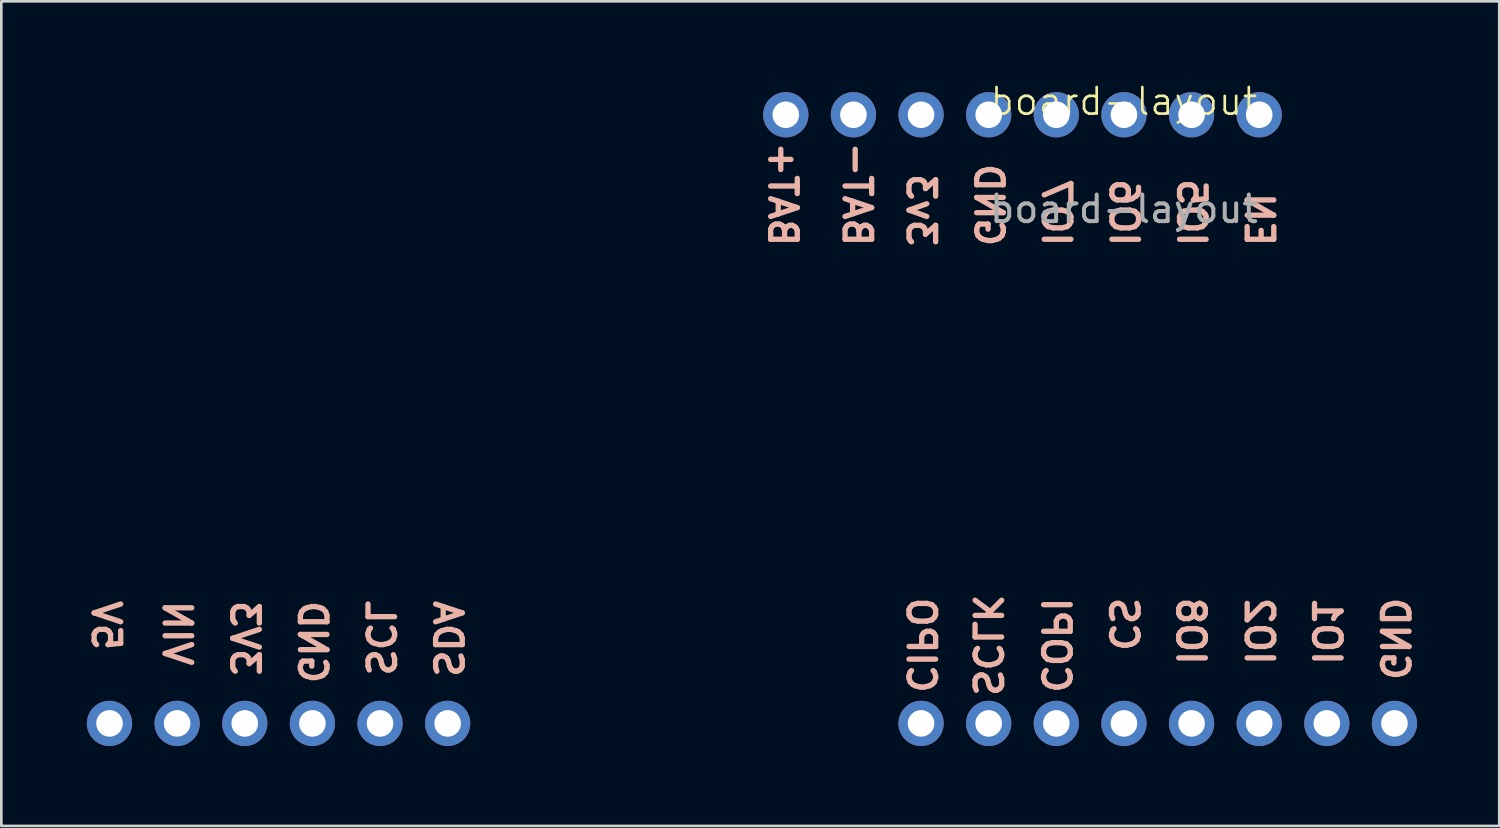
<source format=kicad_pcb>
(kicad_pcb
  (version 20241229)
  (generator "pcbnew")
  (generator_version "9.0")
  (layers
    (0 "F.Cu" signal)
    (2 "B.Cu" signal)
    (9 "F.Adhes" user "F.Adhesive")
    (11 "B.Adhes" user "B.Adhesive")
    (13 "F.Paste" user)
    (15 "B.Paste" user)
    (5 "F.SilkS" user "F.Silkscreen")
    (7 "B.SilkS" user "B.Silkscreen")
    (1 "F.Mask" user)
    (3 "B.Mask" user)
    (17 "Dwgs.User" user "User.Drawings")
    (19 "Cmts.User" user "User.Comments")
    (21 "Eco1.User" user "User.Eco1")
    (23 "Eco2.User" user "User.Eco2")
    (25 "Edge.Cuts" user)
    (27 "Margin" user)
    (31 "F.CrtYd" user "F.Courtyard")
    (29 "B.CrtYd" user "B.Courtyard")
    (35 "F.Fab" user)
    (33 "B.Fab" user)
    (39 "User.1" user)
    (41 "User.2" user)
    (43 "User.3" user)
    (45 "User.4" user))
  (footprint "board-layout"
    (layer "F.Cu")
    (at 36.623 1.26)
    (property "Reference" "board-layout" (at 2.54 -0.5 0) (unlocked yes) (layer "F.SilkS") (effects (font (size 1 1) (thickness 0.1))))
    (attr exclude_from_bom)
    (fp_text user "VIN" (at -33.02 19.471 270) (unlocked yes) (layer "B.SilkS") (effects (font (size 1 1) (thickness 0.2) (bold yes)) (justify mirror)))
    (fp_text user "EN" (at 7.62 3.938 270) (unlocked yes) (layer "B.SilkS") (effects (font (size 1 1) (thickness 0.2) (bold yes)) (justify mirror)))
    (fp_text user "BAT+" (at -10.862 2.986 270) (unlocked yes) (layer "B.SilkS") (effects (font (size 1 1) (thickness 0.2) (bold yes)) (justify bottom mirror)))
    (fp_text user "BAT-" (at -8.068 2.986 270) (unlocked yes) (layer "B.SilkS") (effects (font (size 1 1) (thickness 0.2) (bold yes)) (justify bottom mirror)))
    (fp_text user "IO5" (at 5.08 3.676 270) (unlocked yes) (layer "B.SilkS") (effects (font (size 1 1) (thickness 0.2) (bold yes)) (justify mirror)))
    (fp_text user "3v3" (at -5.08 3.581 270) (unlocked yes) (layer "B.SilkS") (effects (font (size 1 1) (thickness 0.2) (bold yes)) (justify mirror)))
    (fp_text user "3V3" (at -30.48 19.661 270) (unlocked yes) (layer "B.SilkS") (effects (font (size 1 1) (thickness 0.2) (bold yes)) (justify mirror)))
    (fp_text user "GND" (at -27.94 19.804 270) (unlocked yes) (layer "B.SilkS") (effects (font (size 1 1) (thickness 0.2) (bold yes)) (justify mirror)))
    (fp_text user "SDA" (at -22.86 19.685 270) (unlocked yes) (layer "B.SilkS") (effects (font (size 1 1) (thickness 0.2) (bold yes)) (justify mirror)))
    (fp_text user "SCLK" (at -2.6 19.923 270) (unlocked yes) (layer "B.SilkS") (effects (font (size 1 1) (thickness 0.2) (bold yes)) (justify mirror)))
    (fp_text user "CS" (at 2.525 19.137 270) (unlocked yes) (layer "B.SilkS") (effects (font (size 1 1) (thickness 0.2) (bold yes)) (justify mirror)))
    (fp_text user "CIPO" (at -5.08 19.923 270) (unlocked yes) (layer "B.SilkS") (effects (font (size 1 1) (thickness 0.2) (bold yes)) (justify mirror)))
    (fp_text user "IO7" (at 0 3.676 270) (unlocked yes) (layer "B.SilkS") (effects (font (size 1 1) (thickness 0.2) (bold yes)) (justify mirror)))
    (fp_text user "IO6" (at 2.54 3.676 270) (unlocked yes) (layer "B.SilkS") (effects (font (size 1 1) (thickness 0.2) (bold yes)) (justify mirror)))
    (fp_text user "5V" (at -35.687 19.185 270) (unlocked yes) (layer "B.SilkS") (effects (font (size 1 1) (thickness 0.2) (bold yes)) (justify mirror)))
    (fp_text user "IO1" (at 10.15 19.399 270) (unlocked yes) (layer "B.SilkS") (effects (font (size 1 1) (thickness 0.2) (bold yes)) (justify mirror)))
    (fp_text user "COPI" (at -0.025 19.923 270) (unlocked yes) (layer "B.SilkS") (effects (font (size 1 1) (thickness 0.2) (bold yes)) (justify mirror)))
    (fp_text user "IO2" (at 7.62 19.399 270) (unlocked yes) (layer "B.SilkS") (effects (font (size 1 1) (thickness 0.2) (bold yes)) (justify mirror)))
    (fp_text user "IO8" (at 5.05 19.399 270) (unlocked yes) (layer "B.SilkS") (effects (font (size 1 1) (thickness 0.2) (bold yes)) (justify mirror)))
    (fp_text user "GND" (at 12.7 19.685 270) (unlocked yes) (layer "B.SilkS") (effects (font (size 1 1) (thickness 0.2) (bold yes)) (justify mirror)))
    (fp_text user "SCL" (at -25.4 19.661 270) (unlocked yes) (layer "B.SilkS") (effects (font (size 1 1) (thickness 0.2) (bold yes)) (justify mirror)))
    (fp_text user "GND" (at -2.54 3.391 270) (unlocked yes) (layer "B.SilkS") (effects (font (size 1 1) (thickness 0.2) (bold yes)) (justify mirror)))
    (fp_text user "${REFERENCE}" (at 2.54 3.541 0) (unlocked yes) (layer "F.Fab") (effects (font (size 1 1) (thickness 0.15))))
    (pad "1.1" thru_hole oval (at -10.16 0) (size 1.7 1.7) (drill 1) (layers "*.Cu" "*.Mask"))
    (pad "1.2" thru_hole oval (at -7.62 0) (size 1.7 1.7) (drill 1) (layers "*.Cu" "*.Mask"))
    (pad "1.3" thru_hole oval (at -5.08 0) (size 1.7 1.7) (drill 1) (layers "*.Cu" "*.Mask"))
    (pad "1.4" thru_hole oval (at -2.54 0) (size 1.7 1.7) (drill 1) (layers "*.Cu" "*.Mask"))
    (pad "1.5" thru_hole oval (at 0 0) (size 1.7 1.7) (drill 1) (layers "*.Cu" "*.Mask"))
    (pad "1.6" thru_hole oval (at 2.54 0) (size 1.7 1.7) (drill 1) (layers "*.Cu" "*.Mask"))
    (pad "1.7" thru_hole oval (at 5.08 0) (size 1.7 1.7) (drill 1) (layers "*.Cu" "*.Mask"))
    (pad "1.8" thru_hole oval (at 7.62 0) (size 1.7 1.7) (drill 1) (layers "*.Cu" "*.Mask"))
    (pad "2.1" thru_hole oval (at -5.08 22.86) (size 1.7 1.7) (drill 1) (layers "*.Cu" "*.Mask"))
    (pad "2.2" thru_hole oval (at -2.54 22.86) (size 1.7 1.7) (drill 1) (layers "*.Cu" "*.Mask"))
    (pad "2.3" thru_hole oval (at 0 22.86) (size 1.7 1.7) (drill 1) (layers "*.Cu" "*.Mask"))
    (pad "2.4" thru_hole oval (at 2.54 22.86) (size 1.7 1.7) (drill 1) (layers "*.Cu" "*.Mask"))
    (pad "2.5" thru_hole oval (at 5.08 22.86) (size 1.7 1.7) (drill 1) (layers "*.Cu" "*.Mask"))
    (pad "2.6" thru_hole oval (at 7.62 22.86) (size 1.7 1.7) (drill 1) (layers "*.Cu" "*.Mask"))
    (pad "2.7" thru_hole oval (at 10.16 22.86) (size 1.7 1.7) (drill 1) (layers "*.Cu" "*.Mask"))
    (pad "2.8" thru_hole oval (at 12.7 22.86) (size 1.7 1.7) (drill 1) (layers "*.Cu" "*.Mask"))
    (pad "3.1" thru_hole oval (at -35.56 22.86) (size 1.7 1.7) (drill 1) (layers "*.Cu" "*.Mask"))
    (pad "3.2" thru_hole oval (at -33.02 22.86) (size 1.7 1.7) (drill 1) (layers "*.Cu" "*.Mask"))
    (pad "3.3" thru_hole oval (at -30.48 22.86) (size 1.7 1.7) (drill 1) (layers "*.Cu" "*.Mask"))
    (pad "3.4" thru_hole oval (at -27.94 22.86) (size 1.7 1.7) (drill 1) (layers "*.Cu" "*.Mask"))
    (pad "3.5" thru_hole oval (at -25.4 22.86) (size 1.7 1.7) (drill 1) (layers "*.Cu" "*.Mask"))
    (pad "3.6" thru_hole oval (at -22.86 22.86) (size 1.7 1.7) (drill 1) (layers "*.Cu" "*.Mask")))
  (gr_rect
    (start -3 -3)
    (end 53.259 27.971)
    (stroke (width 0.1) (type default))
    (fill no)
    (layer "Edge.Cuts")))
</source>
